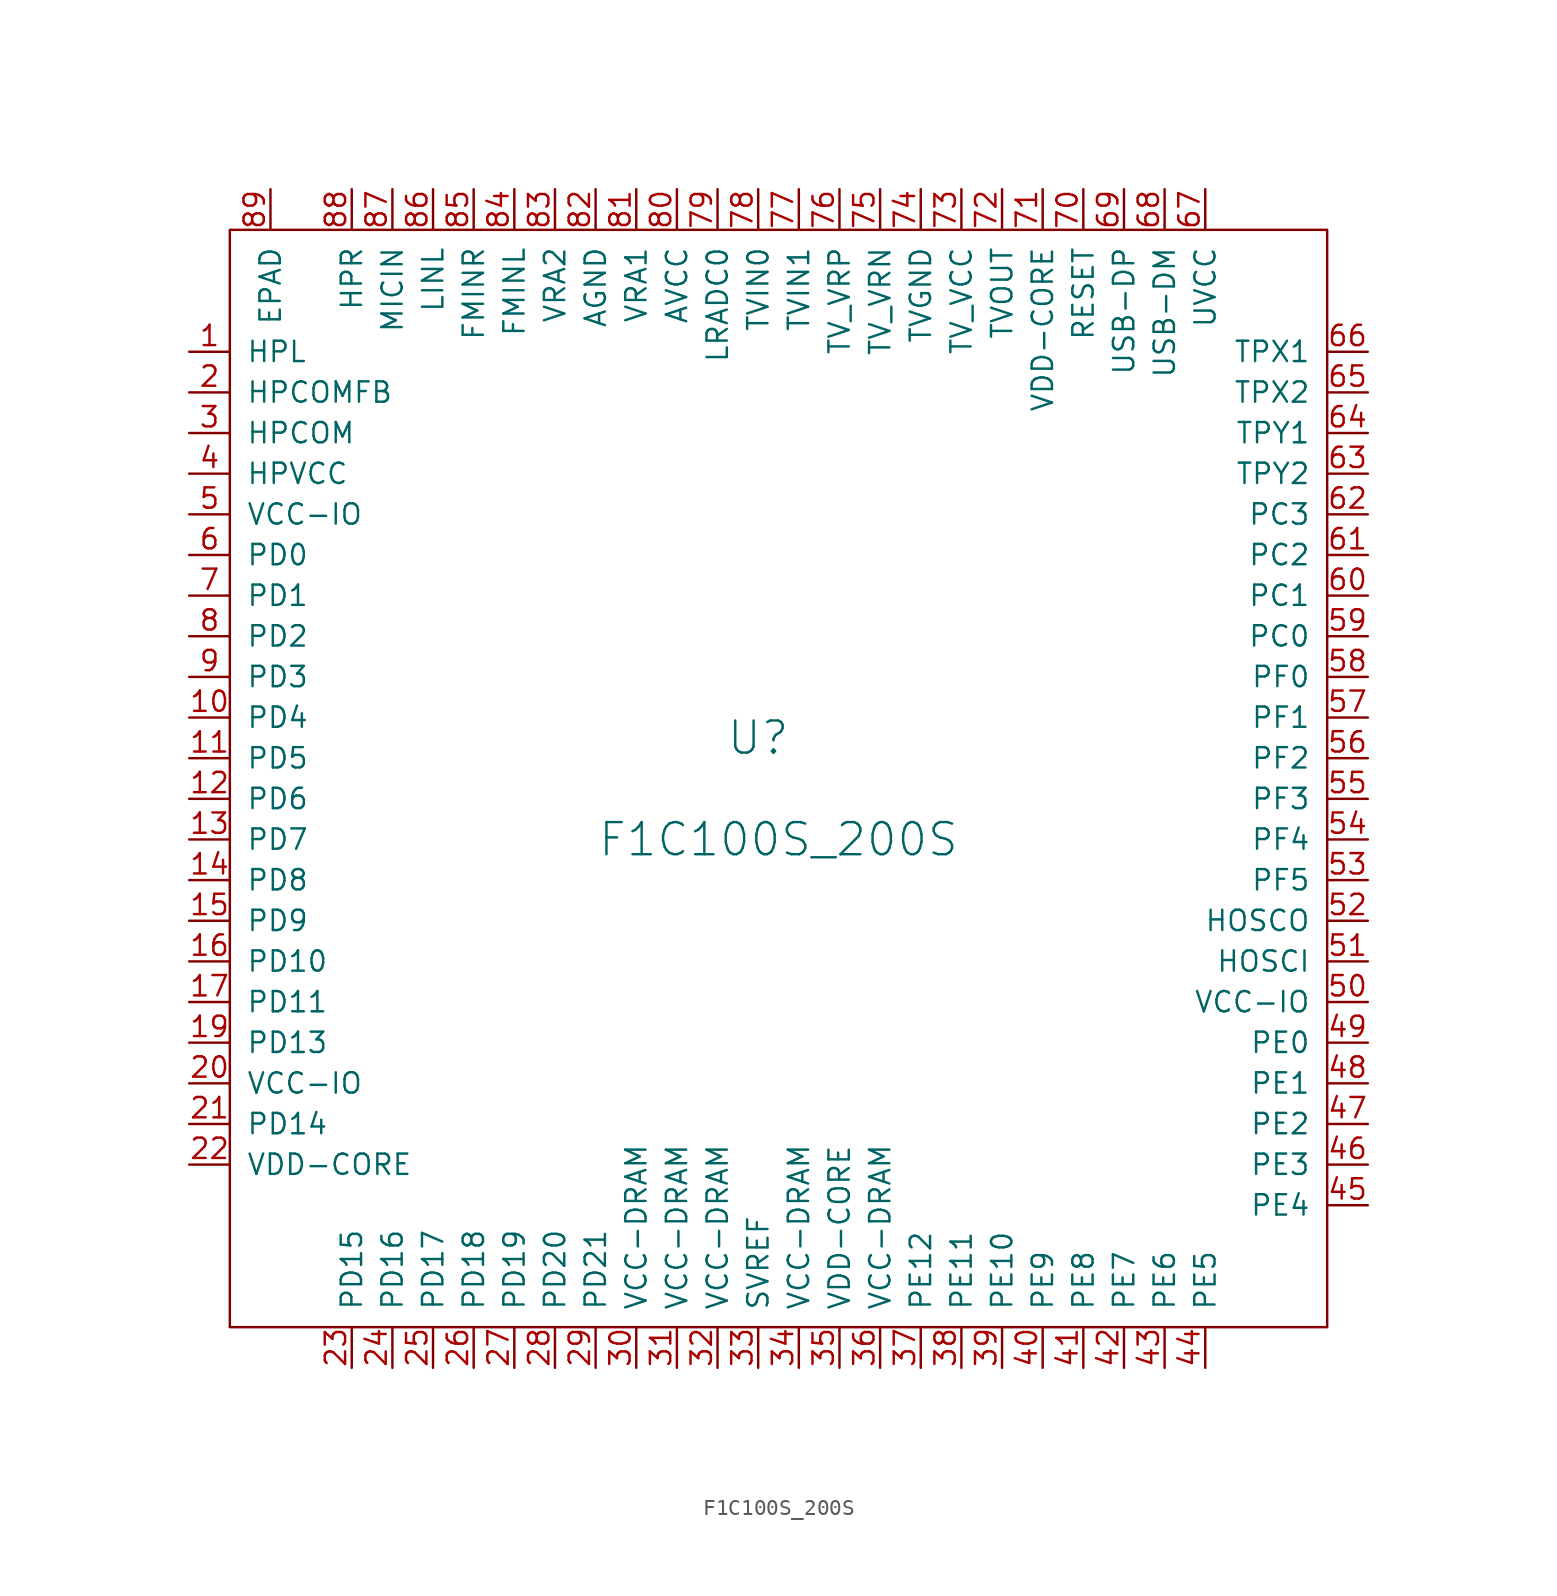
<source format=kicad_sym>
(kicad_symbol_lib
  (version 20220914)
  (generator kicad_symbol_editor)
  (symbol "F1C100S_200S"
    (pin_names
      (offset 1.016))
    (property "Reference" "U"
      (at -1.27 2.54 0)
      (effects (font (size 2.007 2.007))))
    (property "Value" "F1C100S_200S"
      (at 0 -3.81 0)
      (effects (font (size 2.007 2.007))))
    (symbol "F1C100S_200S_0_1"
      (rectangle (start -34.29 34.29) (end 34.29 -34.29) (stroke (width 0) (type solid)) (fill (type none))))
    (symbol "F1C100S_200S_1_1"
      (pin input line (at -36.83 26.67 0) (length 2.54) (name "HPL" (effects (font (size 1.27 1.27)))) (number "1" (effects (font (size 1.27 1.27)))))
      (pin input line (at -36.83 3.81 0) (length 2.54) (name "PD4" (effects (font (size 1.27 1.27)))) (number "10" (effects (font (size 1.27 1.27)))))
      (pin input line (at -36.83 1.27 0) (length 2.54) (name "PD5" (effects (font (size 1.27 1.27)))) (number "11" (effects (font (size 1.27 1.27)))))
      (pin input line (at -36.83 -1.27 0) (length 2.54) (name "PD6" (effects (font (size 1.27 1.27)))) (number "12" (effects (font (size 1.27 1.27)))))
      (pin input line (at -36.83 -3.81 0) (length 2.54) (name "PD7" (effects (font (size 1.27 1.27)))) (number "13" (effects (font (size 1.27 1.27)))))
      (pin input line (at -36.83 -6.35 0) (length 2.54) (name "PD8" (effects (font (size 1.27 1.27)))) (number "14" (effects (font (size 1.27 1.27)))))
      (pin input line (at -36.83 -8.89 0) (length 2.54) (name "PD9" (effects (font (size 1.27 1.27)))) (number "15" (effects (font (size 1.27 1.27)))))
      (pin input line (at -36.83 -11.43 0) (length 2.54) (name "PD10" (effects (font (size 1.27 1.27)))) (number "16" (effects (font (size 1.27 1.27)))))
      (pin input line (at -36.83 -13.97 0) (length 2.54) (name "PD11" (effects (font (size 1.27 1.27)))) (number "17" (effects (font (size 1.27 1.27)))))
      (pin input line (at -36.83 -16.51 0) (length 2.54) (name "PD13" (effects (font (size 1.27 1.27)))) (number "19" (effects (font (size 1.27 1.27)))))
      (pin input line (at -36.83 24.13 0) (length 2.54) (name "HPCOMFB" (effects (font (size 1.27 1.27)))) (number "2" (effects (font (size 1.27 1.27)))))
      (pin power_out line (at -36.83 -19.05 0) (length 2.54) (name "VCC-IO" (effects (font (size 1.27 1.27)))) (number "20" (effects (font (size 1.27 1.27)))))
      (pin input line (at -36.83 -21.59 0) (length 2.54) (name "PD14" (effects (font (size 1.27 1.27)))) (number "21" (effects (font (size 1.27 1.27)))))
      (pin power_out line (at -36.83 -24.13 0) (length 2.54) (name "VDD-CORE" (effects (font (size 1.27 1.27)))) (number "22" (effects (font (size 1.27 1.27)))))
      (pin input line (at -26.67 -36.83 90) (length 2.54) (name "PD15" (effects (font (size 1.27 1.27)))) (number "23" (effects (font (size 1.27 1.27)))))
      (pin input line (at -24.13 -36.83 90) (length 2.54) (name "PD16" (effects (font (size 1.27 1.27)))) (number "24" (effects (font (size 1.27 1.27)))))
      (pin input line (at -21.59 -36.83 90) (length 2.54) (name "PD17" (effects (font (size 1.27 1.27)))) (number "25" (effects (font (size 1.27 1.27)))))
      (pin input line (at -19.05 -36.83 90) (length 2.54) (name "PD18" (effects (font (size 1.27 1.27)))) (number "26" (effects (font (size 1.27 1.27)))))
      (pin input line (at -16.51 -36.83 90) (length 2.54) (name "PD19" (effects (font (size 1.27 1.27)))) (number "27" (effects (font (size 1.27 1.27)))))
      (pin input line (at -13.97 -36.83 90) (length 2.54) (name "PD20" (effects (font (size 1.27 1.27)))) (number "28" (effects (font (size 1.27 1.27)))))
      (pin input line (at -11.43 -36.83 90) (length 2.54) (name "PD21" (effects (font (size 1.27 1.27)))) (number "29" (effects (font (size 1.27 1.27)))))
      (pin input line (at -36.83 21.59 0) (length 2.54) (name "HPCOM" (effects (font (size 1.27 1.27)))) (number "3" (effects (font (size 1.27 1.27)))))
      (pin power_in line (at -8.89 -36.83 90) (length 2.54) (name "VCC-DRAM" (effects (font (size 1.27 1.27)))) (number "30" (effects (font (size 1.27 1.27)))))
      (pin power_in line (at -6.35 -36.83 90) (length 2.54) (name "VCC-DRAM" (effects (font (size 1.27 1.27)))) (number "31" (effects (font (size 1.27 1.27)))))
      (pin power_in line (at -3.81 -36.83 90) (length 2.54) (name "VCC-DRAM" (effects (font (size 1.27 1.27)))) (number "32" (effects (font (size 1.27 1.27)))))
      (pin input line (at -1.27 -36.83 90) (length 2.54) (name "SVREF" (effects (font (size 1.27 1.27)))) (number "33" (effects (font (size 1.27 1.27)))))
      (pin power_in line (at 1.27 -36.83 90) (length 2.54) (name "VCC-DRAM" (effects (font (size 1.27 1.27)))) (number "34" (effects (font (size 1.27 1.27)))))
      (pin power_in line (at 3.81 -36.83 90) (length 2.54) (name "VDD-CORE" (effects (font (size 1.27 1.27)))) (number "35" (effects (font (size 1.27 1.27)))))
      (pin power_in line (at 6.35 -36.83 90) (length 2.54) (name "VCC-DRAM" (effects (font (size 1.27 1.27)))) (number "36" (effects (font (size 1.27 1.27)))))
      (pin input line (at 8.89 -36.83 90) (length 2.54) (name "PE12" (effects (font (size 1.27 1.27)))) (number "37" (effects (font (size 1.27 1.27)))))
      (pin input line (at 11.43 -36.83 90) (length 2.54) (name "PE11" (effects (font (size 1.27 1.27)))) (number "38" (effects (font (size 1.27 1.27)))))
      (pin input line (at 13.97 -36.83 90) (length 2.54) (name "PE10" (effects (font (size 1.27 1.27)))) (number "39" (effects (font (size 1.27 1.27)))))
      (pin input line (at -36.83 19.05 0) (length 2.54) (name "HPVCC" (effects (font (size 1.27 1.27)))) (number "4" (effects (font (size 1.27 1.27)))))
      (pin input line (at 16.51 -36.83 90) (length 2.54) (name "PE9" (effects (font (size 1.27 1.27)))) (number "40" (effects (font (size 1.27 1.27)))))
      (pin input line (at 19.05 -36.83 90) (length 2.54) (name "PE8" (effects (font (size 1.27 1.27)))) (number "41" (effects (font (size 1.27 1.27)))))
      (pin input line (at 21.59 -36.83 90) (length 2.54) (name "PE7" (effects (font (size 1.27 1.27)))) (number "42" (effects (font (size 1.27 1.27)))))
      (pin input line (at 24.13 -36.83 90) (length 2.54) (name "PE6" (effects (font (size 1.27 1.27)))) (number "43" (effects (font (size 1.27 1.27)))))
      (pin input line (at 26.67 -36.83 90) (length 2.54) (name "PE5" (effects (font (size 1.27 1.27)))) (number "44" (effects (font (size 1.27 1.27)))))
      (pin input line (at 36.83 -26.67 180) (length 2.54) (name "PE4" (effects (font (size 1.27 1.27)))) (number "45" (effects (font (size 1.27 1.27)))))
      (pin input line (at 36.83 -24.13 180) (length 2.54) (name "PE3" (effects (font (size 1.27 1.27)))) (number "46" (effects (font (size 1.27 1.27)))))
      (pin input line (at 36.83 -21.59 180) (length 2.54) (name "PE2" (effects (font (size 1.27 1.27)))) (number "47" (effects (font (size 1.27 1.27)))))
      (pin input line (at 36.83 -19.05 180) (length 2.54) (name "PE1" (effects (font (size 1.27 1.27)))) (number "48" (effects (font (size 1.27 1.27)))))
      (pin input line (at 36.83 -16.51 180) (length 2.54) (name "PE0" (effects (font (size 1.27 1.27)))) (number "49" (effects (font (size 1.27 1.27)))))
      (pin power_in line (at -36.83 16.51 0) (length 2.54) (name "VCC-IO" (effects (font (size 1.27 1.27)))) (number "5" (effects (font (size 1.27 1.27)))))
      (pin power_in line (at 36.83 -13.97 180) (length 2.54) (name "VCC-IO" (effects (font (size 1.27 1.27)))) (number "50" (effects (font (size 1.27 1.27)))))
      (pin input line (at 36.83 -11.43 180) (length 2.54) (name "HOSCI" (effects (font (size 1.27 1.27)))) (number "51" (effects (font (size 1.27 1.27)))))
      (pin input line (at 36.83 -8.89 180) (length 2.54) (name "HOSCO" (effects (font (size 1.27 1.27)))) (number "52" (effects (font (size 1.27 1.27)))))
      (pin input line (at 36.83 -6.35 180) (length 2.54) (name "PF5" (effects (font (size 1.27 1.27)))) (number "53" (effects (font (size 1.27 1.27)))))
      (pin input line (at 36.83 -3.81 180) (length 2.54) (name "PF4" (effects (font (size 1.27 1.27)))) (number "54" (effects (font (size 1.27 1.27)))))
      (pin input line (at 36.83 -1.27 180) (length 2.54) (name "PF3" (effects (font (size 1.27 1.27)))) (number "55" (effects (font (size 1.27 1.27)))))
      (pin input line (at 36.83 1.27 180) (length 2.54) (name "PF2" (effects (font (size 1.27 1.27)))) (number "56" (effects (font (size 1.27 1.27)))))
      (pin input line (at 36.83 3.81 180) (length 2.54) (name "PF1" (effects (font (size 1.27 1.27)))) (number "57" (effects (font (size 1.27 1.27)))))
      (pin input line (at 36.83 6.35 180) (length 2.54) (name "PF0" (effects (font (size 1.27 1.27)))) (number "58" (effects (font (size 1.27 1.27)))))
      (pin input line (at 36.83 8.89 180) (length 2.54) (name "PC0" (effects (font (size 1.27 1.27)))) (number "59" (effects (font (size 1.27 1.27)))))
      (pin input line (at -36.83 13.97 0) (length 2.54) (name "PD0" (effects (font (size 1.27 1.27)))) (number "6" (effects (font (size 1.27 1.27)))))
      (pin input line (at 36.83 11.43 180) (length 2.54) (name "PC1" (effects (font (size 1.27 1.27)))) (number "60" (effects (font (size 1.27 1.27)))))
      (pin input line (at 36.83 13.97 180) (length 2.54) (name "PC2" (effects (font (size 1.27 1.27)))) (number "61" (effects (font (size 1.27 1.27)))))
      (pin input line (at 36.83 16.51 180) (length 2.54) (name "PC3" (effects (font (size 1.27 1.27)))) (number "62" (effects (font (size 1.27 1.27)))))
      (pin input line (at 36.83 19.05 180) (length 2.54) (name "TPY2" (effects (font (size 1.27 1.27)))) (number "63" (effects (font (size 1.27 1.27)))))
      (pin input line (at 36.83 21.59 180) (length 2.54) (name "TPY1" (effects (font (size 1.27 1.27)))) (number "64" (effects (font (size 1.27 1.27)))))
      (pin input line (at 36.83 24.13 180) (length 2.54) (name "TPX2" (effects (font (size 1.27 1.27)))) (number "65" (effects (font (size 1.27 1.27)))))
      (pin input line (at 36.83 26.67 180) (length 2.54) (name "TPX1" (effects (font (size 1.27 1.27)))) (number "66" (effects (font (size 1.27 1.27)))))
      (pin input line (at 26.67 36.83 270) (length 2.54) (name "UVCC" (effects (font (size 1.27 1.27)))) (number "67" (effects (font (size 1.27 1.27)))))
      (pin input line (at 24.13 36.83 270) (length 2.54) (name "USB-DM" (effects (font (size 1.27 1.27)))) (number "68" (effects (font (size 1.27 1.27)))))
      (pin input line (at 21.59 36.83 270) (length 2.54) (name "USB-DP" (effects (font (size 1.27 1.27)))) (number "69" (effects (font (size 1.27 1.27)))))
      (pin input line (at -36.83 11.43 0) (length 2.54) (name "PD1" (effects (font (size 1.27 1.27)))) (number "7" (effects (font (size 1.27 1.27)))))
      (pin input line (at 19.05 36.83 270) (length 2.54) (name "RESET" (effects (font (size 1.27 1.27)))) (number "70" (effects (font (size 1.27 1.27)))))
      (pin power_in line (at 16.51 36.83 270) (length 2.54) (name "VDD-CORE" (effects (font (size 1.27 1.27)))) (number "71" (effects (font (size 1.27 1.27)))))
      (pin input line (at 13.97 36.83 270) (length 2.54) (name "TVOUT" (effects (font (size 1.27 1.27)))) (number "72" (effects (font (size 1.27 1.27)))))
      (pin input line (at 11.43 36.83 270) (length 2.54) (name "TV_VCC" (effects (font (size 1.27 1.27)))) (number "73" (effects (font (size 1.27 1.27)))))
      (pin power_in line (at 8.89 36.83 270) (length 2.54) (name "TVGND" (effects (font (size 1.27 1.27)))) (number "74" (effects (font (size 1.27 1.27)))))
      (pin input line (at 6.35 36.83 270) (length 2.54) (name "TV_VRN" (effects (font (size 1.27 1.27)))) (number "75" (effects (font (size 1.27 1.27)))))
      (pin input line (at 3.81 36.83 270) (length 2.54) (name "TV_VRP" (effects (font (size 1.27 1.27)))) (number "76" (effects (font (size 1.27 1.27)))))
      (pin input line (at 1.27 36.83 270) (length 2.54) (name "TVIN1" (effects (font (size 1.27 1.27)))) (number "77" (effects (font (size 1.27 1.27)))))
      (pin input line (at -1.27 36.83 270) (length 2.54) (name "TVIN0" (effects (font (size 1.27 1.27)))) (number "78" (effects (font (size 1.27 1.27)))))
      (pin input line (at -3.81 36.83 270) (length 2.54) (name "LRADC0" (effects (font (size 1.27 1.27)))) (number "79" (effects (font (size 1.27 1.27)))))
      (pin input line (at -36.83 8.89 0) (length 2.54) (name "PD2" (effects (font (size 1.27 1.27)))) (number "8" (effects (font (size 1.27 1.27)))))
      (pin input line (at -6.35 36.83 270) (length 2.54) (name "AVCC" (effects (font (size 1.27 1.27)))) (number "80" (effects (font (size 1.27 1.27)))))
      (pin input line (at -8.89 36.83 270) (length 2.54) (name "VRA1" (effects (font (size 1.27 1.27)))) (number "81" (effects (font (size 1.27 1.27)))))
      (pin power_in line (at -11.43 36.83 270) (length 2.54) (name "AGND" (effects (font (size 1.27 1.27)))) (number "82" (effects (font (size 1.27 1.27)))))
      (pin input line (at -13.97 36.83 270) (length 2.54) (name "VRA2" (effects (font (size 1.27 1.27)))) (number "83" (effects (font (size 1.27 1.27)))))
      (pin input line (at -16.51 36.83 270) (length 2.54) (name "FMINL" (effects (font (size 1.27 1.27)))) (number "84" (effects (font (size 1.27 1.27)))))
      (pin input line (at -19.05 36.83 270) (length 2.54) (name "FMINR" (effects (font (size 1.27 1.27)))) (number "85" (effects (font (size 1.27 1.27)))))
      (pin input line (at -21.59 36.83 270) (length 2.54) (name "LINL" (effects (font (size 1.27 1.27)))) (number "86" (effects (font (size 1.27 1.27)))))
      (pin input line (at -24.13 36.83 270) (length 2.54) (name "MICIN" (effects (font (size 1.27 1.27)))) (number "87" (effects (font (size 1.27 1.27)))))
      (pin input line (at -26.67 36.83 270) (length 2.54) (name "HPR" (effects (font (size 1.27 1.27)))) (number "88" (effects (font (size 1.27 1.27)))))
      (pin power_in line (at -31.75 36.83 270) (length 2.54) (name "EPAD" (effects (font (size 1.27 1.27)))) (number "89" (effects (font (size 1.27 1.27)))))
      (pin input line (at -36.83 6.35 0) (length 2.54) (name "PD3" (effects (font (size 1.27 1.27)))) (number "9" (effects (font (size 1.27 1.27))))))))
</source>
